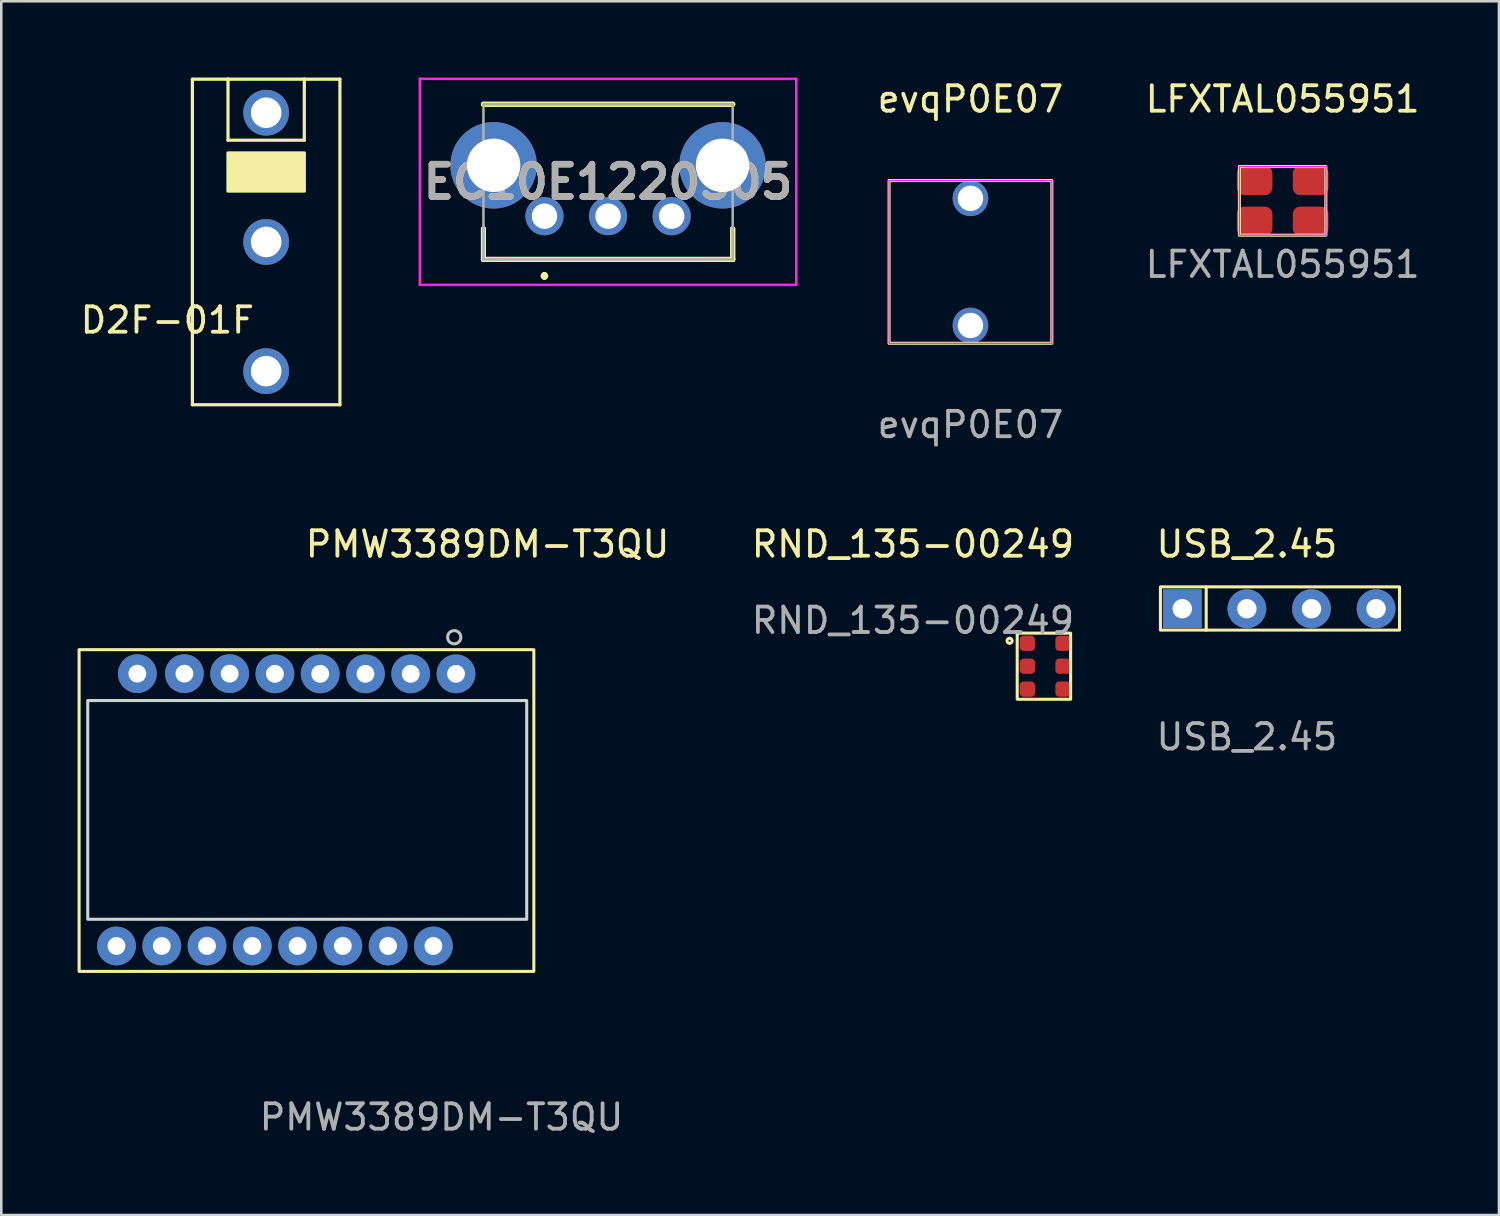
<source format=kicad_pcb>
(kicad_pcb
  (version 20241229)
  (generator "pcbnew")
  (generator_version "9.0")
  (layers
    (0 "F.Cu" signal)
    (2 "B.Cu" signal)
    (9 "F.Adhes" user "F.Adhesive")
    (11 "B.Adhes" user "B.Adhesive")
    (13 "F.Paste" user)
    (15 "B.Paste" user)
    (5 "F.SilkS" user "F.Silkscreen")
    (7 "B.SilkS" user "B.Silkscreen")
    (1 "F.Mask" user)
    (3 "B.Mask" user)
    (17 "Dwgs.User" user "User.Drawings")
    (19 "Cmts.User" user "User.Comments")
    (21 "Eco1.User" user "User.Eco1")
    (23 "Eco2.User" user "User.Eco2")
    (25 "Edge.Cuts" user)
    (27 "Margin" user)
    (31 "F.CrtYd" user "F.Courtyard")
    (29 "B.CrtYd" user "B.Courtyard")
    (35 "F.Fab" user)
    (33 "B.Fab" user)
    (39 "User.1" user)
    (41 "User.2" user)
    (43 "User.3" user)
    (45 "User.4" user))
  (footprint "RND_135-00249"
    (layer "F.Cu")
    (at 38.046 23.145)
    (property "Reference" "RND_135-00249" (at -5.2 -4.8 0) (unlocked yes) (layer "F.SilkS") (effects (font (size 1 1) (thickness 0.15))))
    (attr smd)
    (fp_rect (start 1 -1.3) (end -1.1 1.3) (stroke (width 0.12) (type solid)) (fill no) (layer "F.SilkS"))
    (fp_circle (center -1.4 -1) (end -1.4 -0.9) (stroke (width 0.12) (type solid)) (fill no) (layer "F.SilkS"))
    (fp_text user "${REFERENCE}" (at -5.2 -1.8 0) (unlocked yes) (layer "F.Fab") (effects (font (size 1 1) (thickness 0.15))))
    (pad "1" smd roundrect (at -0.7 -0.9) (size 0.6 0.6) (layers "F.Cu" "F.Mask" "F.Paste") (roundrect_rratio 0.25))
    (pad "2" smd roundrect (at -0.7 0) (size 0.6 0.6) (layers "F.Cu" "F.Mask" "F.Paste") (roundrect_rratio 0.25))
    (pad "3" smd roundrect (at -0.7 0.9) (size 0.6 0.6) (layers "F.Cu" "F.Mask" "F.Paste") (roundrect_rratio 0.25))
    (pad "4" smd roundrect (at 0.7 0.9) (size 0.6 0.6) (layers "F.Cu" "F.Mask" "F.Paste") (roundrect_rratio 0.25))
    (pad "5" smd roundrect (at 0.7 0) (size 0.6 0.6) (layers "F.Cu" "F.Mask" "F.Paste") (roundrect_rratio 0.25))
    (pad "6" smd roundrect (at 0.7 -0.9) (size 0.6 0.6) (layers "F.Cu" "F.Mask" "F.Paste") (roundrect_rratio 0.25)))
  (footprint "LFXTAL055951"
    (layer "F.Cu")
    (at 47.382 4.848)
    (property "Reference" "LFXTAL055951" (at 0 -4 0) (unlocked yes) (layer "F.SilkS") (effects (font (size 1 1) (thickness 0.15))))
    (attr smd)
    (fp_rect (start -1.7 -1.35) (end 1.7 1.35) (stroke (width 0.12) (type solid)) (fill no) (layer "F.SilkS"))
    (fp_rect (start -1.7 -1.35) (end 1.7 1.35) (stroke (width 0.05) (type solid)) (fill no) (layer "F.CrtYd"))
    (fp_text user "${REFERENCE}" (at 0 2.5 0) (unlocked yes) (layer "F.Fab") (effects (font (size 1 1) (thickness 0.15))))
    (pad "1" smd roundrect (at -1.1 -0.8) (size 1.4 1.15) (layers "F.Cu" "F.Mask" "F.Paste") (roundrect_rratio 0.25))
    (pad "2" smd roundrect (at 1.1 -0.8) (size 1.4 1.15) (layers "F.Cu" "F.Mask" "F.Paste") (roundrect_rratio 0.25))
    (pad "3" smd roundrect (at 1.1 0.8) (size 1.4 1.15) (layers "F.Cu" "F.Mask" "F.Paste") (roundrect_rratio 0.25))
    (pad "4" smd roundrect (at -1.1 0.8) (size 1.4 1.15) (layers "F.Cu" "F.Mask" "F.Paste") (roundrect_rratio 0.25)))
  (footprint "PMW3389DM-T3QU"
    (layer "F.Cu")
    (at 13.99 34.145)
    (property "Reference" "PMW3389DM-T3QU" (at 2.13 -15.8 0) (unlocked yes) (layer "F.SilkS") (effects (font (size 1 1) (thickness 0.15))))
    (attr through_hole)
    (fp_rect (start -13.93 -11.65) (end 3.95 1) (stroke (width 0.12) (type solid)) (fill no) (layer "F.SilkS"))
    (fp_circle (center 0.82 -12.14) (end 0.58 -12.24) (stroke (width 0.12) (type solid)) (fill no) (layer "Dwgs.User"))
    (fp_rect (start -13.59 -9.65) (end 3.67 -1.05) (stroke (width 0.12) (type solid)) (fill no) (layer "Edge.Cuts"))
    (fp_text user "${REFERENCE}" (at 0.32 6.73 0) (unlocked yes) (layer "F.Fab") (effects (font (size 1 1) (thickness 0.15))))
    (pad "1" thru_hole circle (at 0.89 -10.7) (size 1.524 1.524) (drill 0.7) (layers "*.Cu" "*.Mask"))
    (pad "2" thru_hole circle (at -0.89 -10.7) (size 1.524 1.524) (drill 0.7) (layers "*.Cu" "*.Mask"))
    (pad "3" thru_hole circle (at -2.67 -10.7) (size 1.524 1.524) (drill 0.7) (layers "*.Cu" "*.Mask"))
    (pad "4" thru_hole circle (at -4.45 -10.7) (size 1.524 1.524) (drill 0.7) (layers "*.Cu" "*.Mask"))
    (pad "5" thru_hole circle (at -6.23 -10.7) (size 1.524 1.524) (drill 0.7) (layers "*.Cu" "*.Mask"))
    (pad "6" thru_hole circle (at -8.01 -10.707) (size 1.524 1.524) (drill 0.7) (layers "*.Cu" "*.Mask"))
    (pad "7" thru_hole circle (at -9.79 -10.707) (size 1.524 1.524) (drill 0.7) (layers "*.Cu" "*.Mask"))
    (pad "8" thru_hole circle (at -11.64 -10.707) (size 1.524 1.524) (drill 0.7) (layers "*.Cu" "*.Mask"))
    (pad "9" thru_hole circle (at 0 0) (size 1.524 1.524) (drill 0.7) (layers "*.Cu" "*.Mask"))
    (pad "10" thru_hole circle (at -1.78 0) (size 1.524 1.524) (drill 0.7) (layers "*.Cu" "*.Mask"))
    (pad "11" thru_hole circle (at -3.56 0) (size 1.524 1.524) (drill 0.7) (layers "*.Cu" "*.Mask"))
    (pad "12" thru_hole circle (at -5.34 0) (size 1.524 1.524) (drill 0.7) (layers "*.Cu" "*.Mask"))
    (pad "13" thru_hole circle (at -7.12 0) (size 1.524 1.524) (drill 0.7) (layers "*.Cu" "*.Mask"))
    (pad "14" thru_hole circle (at -8.9 0) (size 1.524 1.524) (drill 0.7) (layers "*.Cu" "*.Mask"))
    (pad "15" thru_hole circle (at -10.68 0) (size 1.524 1.524) (drill 0.7) (layers "*.Cu" "*.Mask"))
    (pad "16" thru_hole circle (at -12.46 0) (size 1.524 1.524) (drill 0.7) (layers "*.Cu" "*.Mask")))
  (footprint "EC10E1220505"
    (layer "F.Cu")
    (at 18.359 5.45)
    (property "Reference" "EC10E1220505" (at 2.5 -1.35 0) (layer "F.SilkS") (effects (font (size 1.27 1.27) (thickness 0.254))))
    (attr through_hole)
    (fp_line (start -2.4 -4.4) (end -2.4 -4.4) (stroke (width 0.2) (type solid)) (layer "F.SilkS"))
    (fp_line (start -2.4 -4.4) (end 7.4 -4.4) (stroke (width 0.2) (type solid)) (layer "F.SilkS"))
    (fp_line (start -2.4 0.5) (end -2.4 0.5) (stroke (width 0.2) (type solid)) (layer "F.SilkS"))
    (fp_line (start -2.4 0.5) (end -2.4 1.7) (stroke (width 0.2) (type solid)) (layer "F.SilkS"))
    (fp_line (start -2.4 1.7) (end -2.4 0.5) (stroke (width 0.2) (type solid)) (layer "F.SilkS"))
    (fp_line (start -2.4 1.7) (end -2.4 1.7) (stroke (width 0.2) (type solid)) (layer "F.SilkS"))
    (fp_line (start -2.4 1.7) (end -2.4 1.7) (stroke (width 0.2) (type solid)) (layer "F.SilkS"))
    (fp_line (start -2.4 1.7) (end 7.4 1.7) (stroke (width 0.2) (type solid)) (layer "F.SilkS"))
    (fp_line (start 0 2.3) (end 0 2.3) (stroke (width 0.2) (type solid)) (layer "F.SilkS"))
    (fp_line (start 0 2.3) (end 0 2.3) (stroke (width 0.2) (type solid)) (layer "F.SilkS"))
    (fp_line (start 0 2.4) (end 0 2.4) (stroke (width 0.2) (type solid)) (layer "F.SilkS"))
    (fp_line (start 7.4 -4.4) (end -2.4 -4.4) (stroke (width 0.2) (type solid)) (layer "F.SilkS"))
    (fp_line (start 7.4 -4.4) (end 7.4 -4.4) (stroke (width 0.2) (type solid)) (layer "F.SilkS"))
    (fp_line (start 7.4 0.5) (end 7.4 0.5) (stroke (width 0.2) (type solid)) (layer "F.SilkS"))
    (fp_line (start 7.4 0.5) (end 7.4 1.7) (stroke (width 0.2) (type solid)) (layer "F.SilkS"))
    (fp_line (start 7.4 1.7) (end -2.4 1.7) (stroke (width 0.2) (type solid)) (layer "F.SilkS"))
    (fp_line (start 7.4 1.7) (end 7.4 0.5) (stroke (width 0.2) (type solid)) (layer "F.SilkS"))
    (fp_line (start 7.4 1.7) (end 7.4 1.7) (stroke (width 0.2) (type solid)) (layer "F.SilkS"))
    (fp_line (start 7.4 1.7) (end 7.4 1.7) (stroke (width 0.2) (type solid)) (layer "F.SilkS"))
    (fp_arc (start 0 2.3) (mid 0.05 2.35) (end 0 2.4) (stroke (width 0.2) (type solid)) (layer "F.SilkS"))
    (fp_arc (start 0 2.4) (mid -0.05 2.35) (end 0 2.3) (stroke (width 0.2) (type solid)) (layer "F.SilkS"))
    (fp_arc (start 0 2.4) (mid -0.05 2.35) (end 0 2.3) (stroke (width 0.2) (type solid)) (layer "F.SilkS"))
    (fp_line (start -4.9 -5.4) (end 9.9 -5.4) (stroke (width 0.1) (type solid)) (layer "F.CrtYd"))
    (fp_line (start -4.9 2.7) (end -4.9 -5.4) (stroke (width 0.1) (type solid)) (layer "F.CrtYd"))
    (fp_line (start 9.9 -5.4) (end 9.9 2.7) (stroke (width 0.1) (type solid)) (layer "F.CrtYd"))
    (fp_line (start 9.9 2.7) (end -4.9 2.7) (stroke (width 0.1) (type solid)) (layer "F.CrtYd"))
    (fp_line (start -2.4 -4.4) (end -2.4 1.7) (stroke (width 0.1) (type solid)) (layer "F.Fab"))
    (fp_line (start -2.4 1.7) (end 7.4 1.7) (stroke (width 0.1) (type solid)) (layer "F.Fab"))
    (fp_line (start 7.4 -4.4) (end -2.4 -4.4) (stroke (width 0.1) (type solid)) (layer "F.Fab"))
    (fp_line (start 7.4 1.7) (end 7.4 -4.4) (stroke (width 0.1) (type solid)) (layer "F.Fab"))
    (fp_text user "${REFERENCE}" (at 2.5 -1.35 0) (layer "F.Fab") (effects (font (size 1.27 1.27) (thickness 0.254))))
    (pad "A1" thru_hole circle (at 0 0) (size 1.5 1.5) (drill 1) (layers "*.Cu" "*.Mask"))
    (pad "B1" thru_hole circle (at 2.5 0) (size 1.5 1.5) (drill 1) (layers "*.Cu" "*.Mask"))
    (pad "C1" thru_hole circle (at 5 0) (size 1.5 1.5) (drill 1) (layers "*.Cu" "*.Mask"))
    (pad "MH1" thru_hole circle (at -2 -2) (size 3.4 3.4) (drill 2.1) (layers "*.Cu" "*.Mask"))
    (pad "MH2" thru_hole circle (at 7 -2) (size 3.4 3.4) (drill 2.1) (layers "*.Cu" "*.Mask")))
  (footprint "evqP0E07"
    (layer "F.Cu")
    (at 35.108 7.248)
    (property "Reference" "evqP0E07" (at 0 -6.4 0) (unlocked yes) (layer "F.SilkS") (effects (font (size 1 1) (thickness 0.15))))
    (attr through_hole)
    (fp_rect (start -3.2 -3.2) (end 3.2 3.2) (stroke (width 0.12) (type solid)) (fill no) (layer "F.SilkS"))
    (fp_rect (start -3.2 -3.2) (end 3.2 3.2) (stroke (width 0.05) (type solid)) (fill no) (layer "F.CrtYd"))
    (fp_text user "${REFERENCE}" (at 0 6.4 0) (unlocked yes) (layer "F.Fab") (effects (font (size 1 1) (thickness 0.15))))
    (pad "1" thru_hole circle (at 0 -2.5) (size 1.4 1.4) (drill 1) (layers "*.Cu" "*.Mask"))
    (pad "2" thru_hole circle (at 0 2.5) (size 1.4 1.4) (drill 1) (layers "*.Cu" "*.Mask")))
  (footprint "D2F-01F"
    (layer "F.Cu")
    (at 7.415 6.463)
    (property "Reference" "D2F-01F" (at -3.885 3.075 180) (layer "F.SilkS") (effects (font (size 1 1) (thickness 0.15))))
    (attr through_hole)
    (fp_line (start -2.9 -6.4) (end -1.5 -6.4) (stroke (width 0.127) (type solid)) (layer "F.SilkS"))
    (fp_line (start -2.9 6.4) (end -2.9 -6.4) (stroke (width 0.127) (type solid)) (layer "F.SilkS"))
    (fp_line (start -1.5 -6.4) (end -1.5 -4) (stroke (width 0.127) (type solid)) (layer "F.SilkS"))
    (fp_line (start -1.5 -6.4) (end 1.5 -6.4) (stroke (width 0.127) (type solid)) (layer "F.SilkS"))
    (fp_line (start -1.5 -4) (end 1.5 -4) (stroke (width 0.127) (type solid)) (layer "F.SilkS"))
    (fp_line (start 1.5 -6.4) (end 2.9 -6.4) (stroke (width 0.127) (type solid)) (layer "F.SilkS"))
    (fp_line (start 1.5 -4) (end 1.5 -6.4) (stroke (width 0.127) (type solid)) (layer "F.SilkS"))
    (fp_line (start 2.9 -6.4) (end 2.9 6.4) (stroke (width 0.127) (type solid)) (layer "F.SilkS"))
    (fp_line (start 2.9 6.4) (end -2.9 6.4) (stroke (width 0.127) (type solid)) (layer "F.SilkS"))
    (fp_poly (pts (xy -1.5 -3.5) (xy 1.5 -3.5) (xy 1.5 -2) (xy -1.5 -2) (xy -1.5 -3)) (stroke (width 0.127) (type solid)) (fill yes) (layer "F.SilkS"))
    (pad "1" thru_hole circle (at 0 -5.08) (size 1.8 1.8) (drill 1.2) (layers "*.Cu" "*.Mask"))
    (pad "2" thru_hole circle (at 0 0) (size 1.8 1.8) (drill 1.2) (layers "*.Cu" "*.Mask"))
    (pad "3" thru_hole circle (at 0 5.08) (size 1.8 1.8) (drill 1.2) (layers "*.Cu" "*.Mask")))
  (footprint "USB_2.45"
    (layer "F.Cu")
    (at 45.977 23.425)
    (property "Reference" "USB_2.45" (at 0 -5.08 0) (unlocked yes) (layer "F.SilkS") (effects (font (size 1 1) (thickness 0.15))))
    (attr through_hole)
    (fp_line (start -1.6 -3.4) (end -1.6 -1.7) (stroke (width 0.12) (type solid)) (layer "F.SilkS"))
    (fp_rect (start -3.4 -3.4) (end 6 -1.7) (stroke (width 0.12) (type solid)) (fill no) (layer "F.SilkS"))
    (fp_text user "${REFERENCE}" (at 0 2.5 0) (unlocked yes) (layer "F.Fab") (effects (font (size 1 1) (thickness 0.15))))
    (pad "1" thru_hole roundrect (at -2.54 -2.54) (size 1.524 1.524) (drill 0.762) (layers "*.Cu" "*.Mask") (roundrect_rratio 0) (chamfer_ratio 0.2) (chamfer))
    (pad "2" thru_hole circle (at 0 -2.54) (size 1.524 1.524) (drill 0.762) (layers "*.Cu" "*.Mask"))
    (pad "3" thru_hole circle (at 2.54 -2.54) (size 1.524 1.524) (drill 0.762) (layers "*.Cu" "*.Mask"))
    (pad "4" thru_hole circle (at 5.08 -2.54) (size 1.524 1.524) (drill 0.762) (layers "*.Cu" "*.Mask")))
  (gr_rect
    (start -3 -3)
    (end 55.888 44.723)
    (stroke (width 0.1) (type default))
    (fill no)
    (layer "Edge.Cuts")))
</source>
